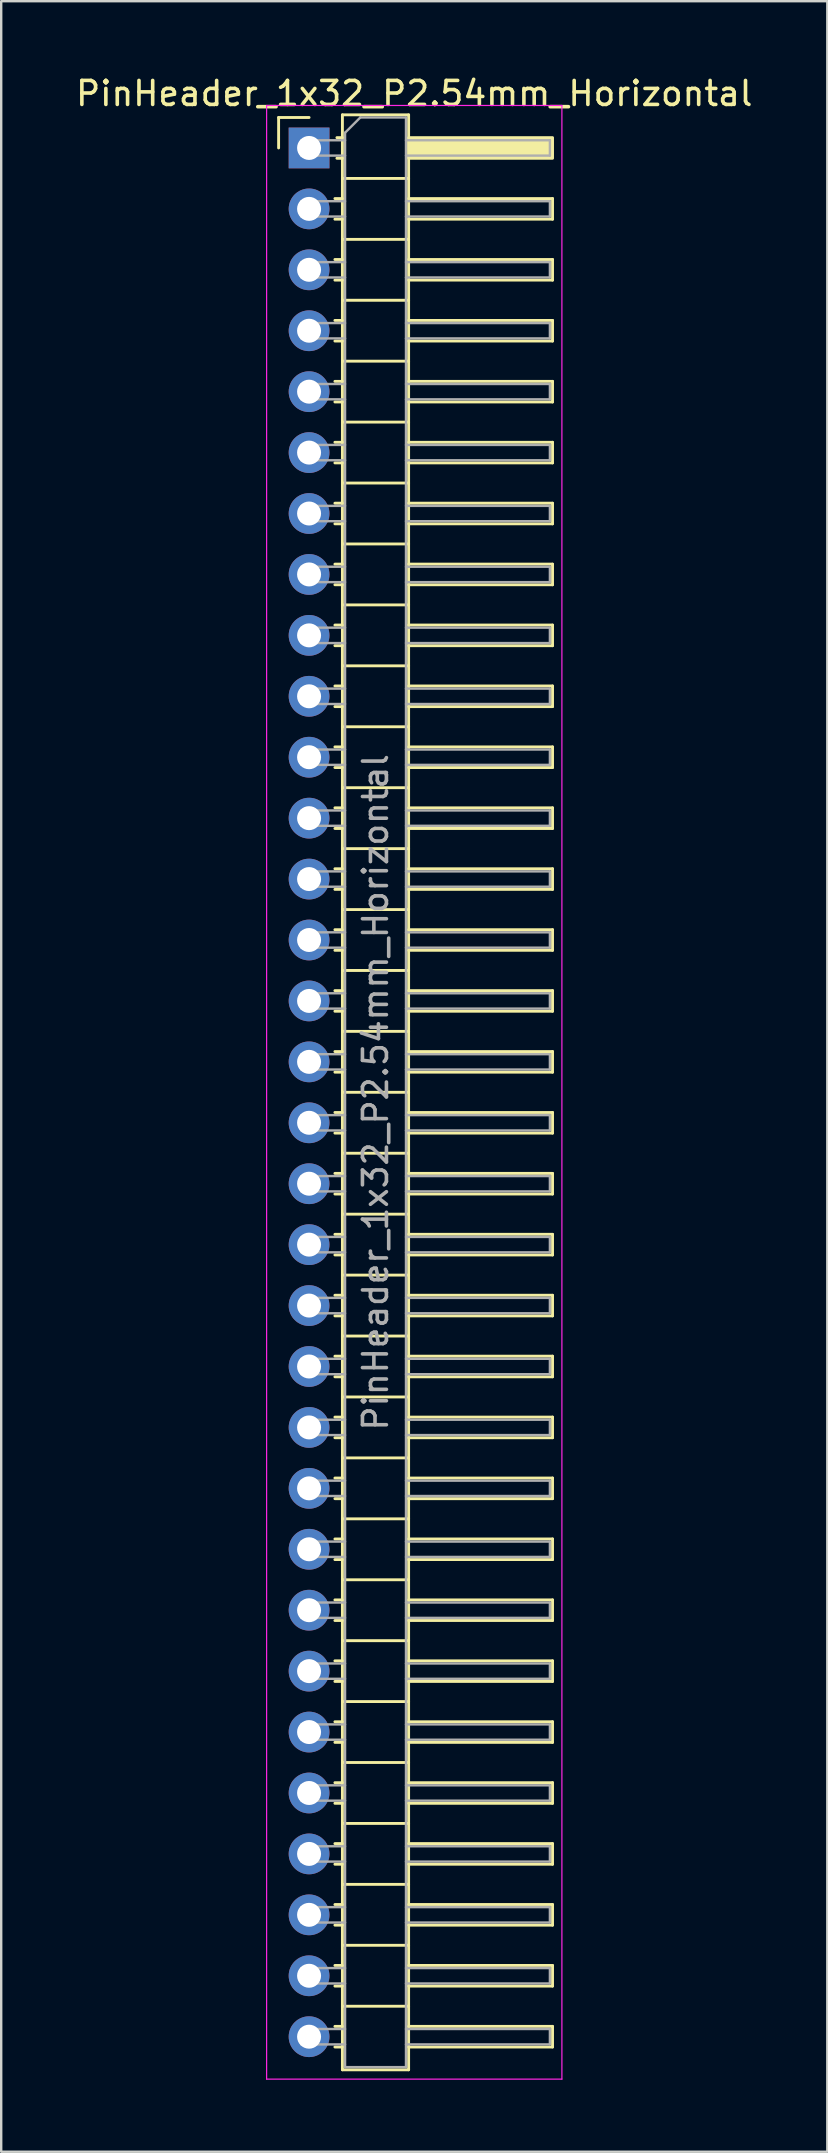
<source format=kicad_pcb>
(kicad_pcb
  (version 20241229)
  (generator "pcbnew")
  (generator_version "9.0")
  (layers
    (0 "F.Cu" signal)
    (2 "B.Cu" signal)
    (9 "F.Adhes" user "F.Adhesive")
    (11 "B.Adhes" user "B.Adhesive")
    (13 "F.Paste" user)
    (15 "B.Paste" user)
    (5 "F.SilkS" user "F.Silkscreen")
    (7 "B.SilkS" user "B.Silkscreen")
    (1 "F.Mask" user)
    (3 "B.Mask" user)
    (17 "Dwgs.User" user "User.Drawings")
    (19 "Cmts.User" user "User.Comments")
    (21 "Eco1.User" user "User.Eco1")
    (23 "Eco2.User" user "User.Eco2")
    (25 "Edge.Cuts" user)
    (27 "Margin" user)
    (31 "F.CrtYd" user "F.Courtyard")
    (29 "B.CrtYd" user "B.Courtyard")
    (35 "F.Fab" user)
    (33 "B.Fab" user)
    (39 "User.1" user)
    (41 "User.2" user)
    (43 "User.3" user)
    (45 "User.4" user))
  (footprint "PinHeader_1x32_P2.54mm_Horizontal"
    (layer "F.Cu")
    (at 9.835 3.118)
    (property "Reference" "PinHeader_1x32_P2.54mm_Horizontal" (at 4.385 -2.27 0) (layer "F.SilkS") (effects (font (size 1 1) (thickness 0.15))))
    (attr through_hole)
    (fp_line (start -1.27 -1.27) (end 0 -1.27) (stroke (width 0.12) (type solid)) (layer "F.SilkS"))
    (fp_line (start -1.27 0) (end -1.27 -1.27) (stroke (width 0.12) (type solid)) (layer "F.SilkS"))
    (fp_line (start 1.077 2.11) (end 1.39 2.11) (stroke (width 0.12) (type solid)) (layer "F.SilkS"))
    (fp_line (start 1.077 2.97) (end 1.39 2.97) (stroke (width 0.12) (type solid)) (layer "F.SilkS"))
    (fp_line (start 1.077 4.65) (end 1.39 4.65) (stroke (width 0.12) (type solid)) (layer "F.SilkS"))
    (fp_line (start 1.077 5.51) (end 1.39 5.51) (stroke (width 0.12) (type solid)) (layer "F.SilkS"))
    (fp_line (start 1.077 7.19) (end 1.39 7.19) (stroke (width 0.12) (type solid)) (layer "F.SilkS"))
    (fp_line (start 1.077 8.05) (end 1.39 8.05) (stroke (width 0.12) (type solid)) (layer "F.SilkS"))
    (fp_line (start 1.077 9.73) (end 1.39 9.73) (stroke (width 0.12) (type solid)) (layer "F.SilkS"))
    (fp_line (start 1.077 10.59) (end 1.39 10.59) (stroke (width 0.12) (type solid)) (layer "F.SilkS"))
    (fp_line (start 1.077 12.27) (end 1.39 12.27) (stroke (width 0.12) (type solid)) (layer "F.SilkS"))
    (fp_line (start 1.077 13.13) (end 1.39 13.13) (stroke (width 0.12) (type solid)) (layer "F.SilkS"))
    (fp_line (start 1.077 14.81) (end 1.39 14.81) (stroke (width 0.12) (type solid)) (layer "F.SilkS"))
    (fp_line (start 1.077 15.67) (end 1.39 15.67) (stroke (width 0.12) (type solid)) (layer "F.SilkS"))
    (fp_line (start 1.077 17.35) (end 1.39 17.35) (stroke (width 0.12) (type solid)) (layer "F.SilkS"))
    (fp_line (start 1.077 18.21) (end 1.39 18.21) (stroke (width 0.12) (type solid)) (layer "F.SilkS"))
    (fp_line (start 1.077 19.89) (end 1.39 19.89) (stroke (width 0.12) (type solid)) (layer "F.SilkS"))
    (fp_line (start 1.077 20.75) (end 1.39 20.75) (stroke (width 0.12) (type solid)) (layer "F.SilkS"))
    (fp_line (start 1.077 22.43) (end 1.39 22.43) (stroke (width 0.12) (type solid)) (layer "F.SilkS"))
    (fp_line (start 1.077 23.29) (end 1.39 23.29) (stroke (width 0.12) (type solid)) (layer "F.SilkS"))
    (fp_line (start 1.077 24.97) (end 1.39 24.97) (stroke (width 0.12) (type solid)) (layer "F.SilkS"))
    (fp_line (start 1.077 25.83) (end 1.39 25.83) (stroke (width 0.12) (type solid)) (layer "F.SilkS"))
    (fp_line (start 1.077 27.51) (end 1.39 27.51) (stroke (width 0.12) (type solid)) (layer "F.SilkS"))
    (fp_line (start 1.077 28.37) (end 1.39 28.37) (stroke (width 0.12) (type solid)) (layer "F.SilkS"))
    (fp_line (start 1.077 30.05) (end 1.39 30.05) (stroke (width 0.12) (type solid)) (layer "F.SilkS"))
    (fp_line (start 1.077 30.91) (end 1.39 30.91) (stroke (width 0.12) (type solid)) (layer "F.SilkS"))
    (fp_line (start 1.077 32.59) (end 1.39 32.59) (stroke (width 0.12) (type solid)) (layer "F.SilkS"))
    (fp_line (start 1.077 33.45) (end 1.39 33.45) (stroke (width 0.12) (type solid)) (layer "F.SilkS"))
    (fp_line (start 1.077 35.13) (end 1.39 35.13) (stroke (width 0.12) (type solid)) (layer "F.SilkS"))
    (fp_line (start 1.077 35.99) (end 1.39 35.99) (stroke (width 0.12) (type solid)) (layer "F.SilkS"))
    (fp_line (start 1.077 37.67) (end 1.39 37.67) (stroke (width 0.12) (type solid)) (layer "F.SilkS"))
    (fp_line (start 1.077 38.53) (end 1.39 38.53) (stroke (width 0.12) (type solid)) (layer "F.SilkS"))
    (fp_line (start 1.077 40.21) (end 1.39 40.21) (stroke (width 0.12) (type solid)) (layer "F.SilkS"))
    (fp_line (start 1.077 41.07) (end 1.39 41.07) (stroke (width 0.12) (type solid)) (layer "F.SilkS"))
    (fp_line (start 1.077 42.75) (end 1.39 42.75) (stroke (width 0.12) (type solid)) (layer "F.SilkS"))
    (fp_line (start 1.077 43.61) (end 1.39 43.61) (stroke (width 0.12) (type solid)) (layer "F.SilkS"))
    (fp_line (start 1.077 45.29) (end 1.39 45.29) (stroke (width 0.12) (type solid)) (layer "F.SilkS"))
    (fp_line (start 1.077 46.15) (end 1.39 46.15) (stroke (width 0.12) (type solid)) (layer "F.SilkS"))
    (fp_line (start 1.077 47.83) (end 1.39 47.83) (stroke (width 0.12) (type solid)) (layer "F.SilkS"))
    (fp_line (start 1.077 48.69) (end 1.39 48.69) (stroke (width 0.12) (type solid)) (layer "F.SilkS"))
    (fp_line (start 1.077 50.37) (end 1.39 50.37) (stroke (width 0.12) (type solid)) (layer "F.SilkS"))
    (fp_line (start 1.077 51.23) (end 1.39 51.23) (stroke (width 0.12) (type solid)) (layer "F.SilkS"))
    (fp_line (start 1.077 52.91) (end 1.39 52.91) (stroke (width 0.12) (type solid)) (layer "F.SilkS"))
    (fp_line (start 1.077 53.77) (end 1.39 53.77) (stroke (width 0.12) (type solid)) (layer "F.SilkS"))
    (fp_line (start 1.077 55.45) (end 1.39 55.45) (stroke (width 0.12) (type solid)) (layer "F.SilkS"))
    (fp_line (start 1.077 56.31) (end 1.39 56.31) (stroke (width 0.12) (type solid)) (layer "F.SilkS"))
    (fp_line (start 1.077 57.99) (end 1.39 57.99) (stroke (width 0.12) (type solid)) (layer "F.SilkS"))
    (fp_line (start 1.077 58.85) (end 1.39 58.85) (stroke (width 0.12) (type solid)) (layer "F.SilkS"))
    (fp_line (start 1.077 60.53) (end 1.39 60.53) (stroke (width 0.12) (type solid)) (layer "F.SilkS"))
    (fp_line (start 1.077 61.39) (end 1.39 61.39) (stroke (width 0.12) (type solid)) (layer "F.SilkS"))
    (fp_line (start 1.077 63.07) (end 1.39 63.07) (stroke (width 0.12) (type solid)) (layer "F.SilkS"))
    (fp_line (start 1.077 63.93) (end 1.39 63.93) (stroke (width 0.12) (type solid)) (layer "F.SilkS"))
    (fp_line (start 1.077 65.61) (end 1.39 65.61) (stroke (width 0.12) (type solid)) (layer "F.SilkS"))
    (fp_line (start 1.077 66.47) (end 1.39 66.47) (stroke (width 0.12) (type solid)) (layer "F.SilkS"))
    (fp_line (start 1.077 68.15) (end 1.39 68.15) (stroke (width 0.12) (type solid)) (layer "F.SilkS"))
    (fp_line (start 1.077 69.01) (end 1.39 69.01) (stroke (width 0.12) (type solid)) (layer "F.SilkS"))
    (fp_line (start 1.077 70.69) (end 1.39 70.69) (stroke (width 0.12) (type solid)) (layer "F.SilkS"))
    (fp_line (start 1.077 71.55) (end 1.39 71.55) (stroke (width 0.12) (type solid)) (layer "F.SilkS"))
    (fp_line (start 1.077 73.23) (end 1.39 73.23) (stroke (width 0.12) (type solid)) (layer "F.SilkS"))
    (fp_line (start 1.077 74.09) (end 1.39 74.09) (stroke (width 0.12) (type solid)) (layer "F.SilkS"))
    (fp_line (start 1.077 75.77) (end 1.39 75.77) (stroke (width 0.12) (type solid)) (layer "F.SilkS"))
    (fp_line (start 1.077 76.63) (end 1.39 76.63) (stroke (width 0.12) (type solid)) (layer "F.SilkS"))
    (fp_line (start 1.077 78.31) (end 1.39 78.31) (stroke (width 0.12) (type solid)) (layer "F.SilkS"))
    (fp_line (start 1.077 79.17) (end 1.39 79.17) (stroke (width 0.12) (type solid)) (layer "F.SilkS"))
    (fp_line (start 1.16 -0.43) (end 1.39 -0.43) (stroke (width 0.12) (type solid)) (layer "F.SilkS"))
    (fp_line (start 1.16 0.43) (end 1.39 0.43) (stroke (width 0.12) (type solid)) (layer "F.SilkS"))
    (fp_line (start 1.39 -1.38) (end 1.39 80.12) (stroke (width 0.12) (type solid)) (layer "F.SilkS"))
    (fp_line (start 1.39 1.27) (end 4.15 1.27) (stroke (width 0.12) (type solid)) (layer "F.SilkS"))
    (fp_line (start 1.39 3.81) (end 4.15 3.81) (stroke (width 0.12) (type solid)) (layer "F.SilkS"))
    (fp_line (start 1.39 6.35) (end 4.15 6.35) (stroke (width 0.12) (type solid)) (layer "F.SilkS"))
    (fp_line (start 1.39 8.89) (end 4.15 8.89) (stroke (width 0.12) (type solid)) (layer "F.SilkS"))
    (fp_line (start 1.39 11.43) (end 4.15 11.43) (stroke (width 0.12) (type solid)) (layer "F.SilkS"))
    (fp_line (start 1.39 13.97) (end 4.15 13.97) (stroke (width 0.12) (type solid)) (layer "F.SilkS"))
    (fp_line (start 1.39 16.51) (end 4.15 16.51) (stroke (width 0.12) (type solid)) (layer "F.SilkS"))
    (fp_line (start 1.39 19.05) (end 4.15 19.05) (stroke (width 0.12) (type solid)) (layer "F.SilkS"))
    (fp_line (start 1.39 21.59) (end 4.15 21.59) (stroke (width 0.12) (type solid)) (layer "F.SilkS"))
    (fp_line (start 1.39 24.13) (end 4.15 24.13) (stroke (width 0.12) (type solid)) (layer "F.SilkS"))
    (fp_line (start 1.39 26.67) (end 4.15 26.67) (stroke (width 0.12) (type solid)) (layer "F.SilkS"))
    (fp_line (start 1.39 29.21) (end 4.15 29.21) (stroke (width 0.12) (type solid)) (layer "F.SilkS"))
    (fp_line (start 1.39 31.75) (end 4.15 31.75) (stroke (width 0.12) (type solid)) (layer "F.SilkS"))
    (fp_line (start 1.39 34.29) (end 4.15 34.29) (stroke (width 0.12) (type solid)) (layer "F.SilkS"))
    (fp_line (start 1.39 36.83) (end 4.15 36.83) (stroke (width 0.12) (type solid)) (layer "F.SilkS"))
    (fp_line (start 1.39 39.37) (end 4.15 39.37) (stroke (width 0.12) (type solid)) (layer "F.SilkS"))
    (fp_line (start 1.39 41.91) (end 4.15 41.91) (stroke (width 0.12) (type solid)) (layer "F.SilkS"))
    (fp_line (start 1.39 44.45) (end 4.15 44.45) (stroke (width 0.12) (type solid)) (layer "F.SilkS"))
    (fp_line (start 1.39 46.99) (end 4.15 46.99) (stroke (width 0.12) (type solid)) (layer "F.SilkS"))
    (fp_line (start 1.39 49.53) (end 4.15 49.53) (stroke (width 0.12) (type solid)) (layer "F.SilkS"))
    (fp_line (start 1.39 52.07) (end 4.15 52.07) (stroke (width 0.12) (type solid)) (layer "F.SilkS"))
    (fp_line (start 1.39 54.61) (end 4.15 54.61) (stroke (width 0.12) (type solid)) (layer "F.SilkS"))
    (fp_line (start 1.39 57.15) (end 4.15 57.15) (stroke (width 0.12) (type solid)) (layer "F.SilkS"))
    (fp_line (start 1.39 59.69) (end 4.15 59.69) (stroke (width 0.12) (type solid)) (layer "F.SilkS"))
    (fp_line (start 1.39 62.23) (end 4.15 62.23) (stroke (width 0.12) (type solid)) (layer "F.SilkS"))
    (fp_line (start 1.39 64.77) (end 4.15 64.77) (stroke (width 0.12) (type solid)) (layer "F.SilkS"))
    (fp_line (start 1.39 67.31) (end 4.15 67.31) (stroke (width 0.12) (type solid)) (layer "F.SilkS"))
    (fp_line (start 1.39 69.85) (end 4.15 69.85) (stroke (width 0.12) (type solid)) (layer "F.SilkS"))
    (fp_line (start 1.39 72.39) (end 4.15 72.39) (stroke (width 0.12) (type solid)) (layer "F.SilkS"))
    (fp_line (start 1.39 74.93) (end 4.15 74.93) (stroke (width 0.12) (type solid)) (layer "F.SilkS"))
    (fp_line (start 1.39 77.47) (end 4.15 77.47) (stroke (width 0.12) (type solid)) (layer "F.SilkS"))
    (fp_line (start 1.39 80.12) (end 4.15 80.12) (stroke (width 0.12) (type solid)) (layer "F.SilkS"))
    (fp_line (start 4.15 -1.38) (end 1.39 -1.38) (stroke (width 0.12) (type solid)) (layer "F.SilkS"))
    (fp_line (start 4.15 2.11) (end 10.15 2.11) (stroke (width 0.12) (type solid)) (layer "F.SilkS"))
    (fp_line (start 4.15 4.65) (end 10.15 4.65) (stroke (width 0.12) (type solid)) (layer "F.SilkS"))
    (fp_line (start 4.15 7.19) (end 10.15 7.19) (stroke (width 0.12) (type solid)) (layer "F.SilkS"))
    (fp_line (start 4.15 9.73) (end 10.15 9.73) (stroke (width 0.12) (type solid)) (layer "F.SilkS"))
    (fp_line (start 4.15 12.27) (end 10.15 12.27) (stroke (width 0.12) (type solid)) (layer "F.SilkS"))
    (fp_line (start 4.15 14.81) (end 10.15 14.81) (stroke (width 0.12) (type solid)) (layer "F.SilkS"))
    (fp_line (start 4.15 17.35) (end 10.15 17.35) (stroke (width 0.12) (type solid)) (layer "F.SilkS"))
    (fp_line (start 4.15 19.89) (end 10.15 19.89) (stroke (width 0.12) (type solid)) (layer "F.SilkS"))
    (fp_line (start 4.15 22.43) (end 10.15 22.43) (stroke (width 0.12) (type solid)) (layer "F.SilkS"))
    (fp_line (start 4.15 24.97) (end 10.15 24.97) (stroke (width 0.12) (type solid)) (layer "F.SilkS"))
    (fp_line (start 4.15 27.51) (end 10.15 27.51) (stroke (width 0.12) (type solid)) (layer "F.SilkS"))
    (fp_line (start 4.15 30.05) (end 10.15 30.05) (stroke (width 0.12) (type solid)) (layer "F.SilkS"))
    (fp_line (start 4.15 32.59) (end 10.15 32.59) (stroke (width 0.12) (type solid)) (layer "F.SilkS"))
    (fp_line (start 4.15 35.13) (end 10.15 35.13) (stroke (width 0.12) (type solid)) (layer "F.SilkS"))
    (fp_line (start 4.15 37.67) (end 10.15 37.67) (stroke (width 0.12) (type solid)) (layer "F.SilkS"))
    (fp_line (start 4.15 40.21) (end 10.15 40.21) (stroke (width 0.12) (type solid)) (layer "F.SilkS"))
    (fp_line (start 4.15 42.75) (end 10.15 42.75) (stroke (width 0.12) (type solid)) (layer "F.SilkS"))
    (fp_line (start 4.15 45.29) (end 10.15 45.29) (stroke (width 0.12) (type solid)) (layer "F.SilkS"))
    (fp_line (start 4.15 47.83) (end 10.15 47.83) (stroke (width 0.12) (type solid)) (layer "F.SilkS"))
    (fp_line (start 4.15 50.37) (end 10.15 50.37) (stroke (width 0.12) (type solid)) (layer "F.SilkS"))
    (fp_line (start 4.15 52.91) (end 10.15 52.91) (stroke (width 0.12) (type solid)) (layer "F.SilkS"))
    (fp_line (start 4.15 55.45) (end 10.15 55.45) (stroke (width 0.12) (type solid)) (layer "F.SilkS"))
    (fp_line (start 4.15 57.99) (end 10.15 57.99) (stroke (width 0.12) (type solid)) (layer "F.SilkS"))
    (fp_line (start 4.15 60.53) (end 10.15 60.53) (stroke (width 0.12) (type solid)) (layer "F.SilkS"))
    (fp_line (start 4.15 63.07) (end 10.15 63.07) (stroke (width 0.12) (type solid)) (layer "F.SilkS"))
    (fp_line (start 4.15 65.61) (end 10.15 65.61) (stroke (width 0.12) (type solid)) (layer "F.SilkS"))
    (fp_line (start 4.15 68.15) (end 10.15 68.15) (stroke (width 0.12) (type solid)) (layer "F.SilkS"))
    (fp_line (start 4.15 70.69) (end 10.15 70.69) (stroke (width 0.12) (type solid)) (layer "F.SilkS"))
    (fp_line (start 4.15 73.23) (end 10.15 73.23) (stroke (width 0.12) (type solid)) (layer "F.SilkS"))
    (fp_line (start 4.15 75.77) (end 10.15 75.77) (stroke (width 0.12) (type solid)) (layer "F.SilkS"))
    (fp_line (start 4.15 78.31) (end 10.15 78.31) (stroke (width 0.12) (type solid)) (layer "F.SilkS"))
    (fp_line (start 4.15 80.12) (end 4.15 -1.38) (stroke (width 0.12) (type solid)) (layer "F.SilkS"))
    (fp_line (start 10.15 2.11) (end 10.15 2.97) (stroke (width 0.12) (type solid)) (layer "F.SilkS"))
    (fp_line (start 10.15 2.97) (end 4.15 2.97) (stroke (width 0.12) (type solid)) (layer "F.SilkS"))
    (fp_line (start 10.15 4.65) (end 10.15 5.51) (stroke (width 0.12) (type solid)) (layer "F.SilkS"))
    (fp_line (start 10.15 5.51) (end 4.15 5.51) (stroke (width 0.12) (type solid)) (layer "F.SilkS"))
    (fp_line (start 10.15 7.19) (end 10.15 8.05) (stroke (width 0.12) (type solid)) (layer "F.SilkS"))
    (fp_line (start 10.15 8.05) (end 4.15 8.05) (stroke (width 0.12) (type solid)) (layer "F.SilkS"))
    (fp_line (start 10.15 9.73) (end 10.15 10.59) (stroke (width 0.12) (type solid)) (layer "F.SilkS"))
    (fp_line (start 10.15 10.59) (end 4.15 10.59) (stroke (width 0.12) (type solid)) (layer "F.SilkS"))
    (fp_line (start 10.15 12.27) (end 10.15 13.13) (stroke (width 0.12) (type solid)) (layer "F.SilkS"))
    (fp_line (start 10.15 13.13) (end 4.15 13.13) (stroke (width 0.12) (type solid)) (layer "F.SilkS"))
    (fp_line (start 10.15 14.81) (end 10.15 15.67) (stroke (width 0.12) (type solid)) (layer "F.SilkS"))
    (fp_line (start 10.15 15.67) (end 4.15 15.67) (stroke (width 0.12) (type solid)) (layer "F.SilkS"))
    (fp_line (start 10.15 17.35) (end 10.15 18.21) (stroke (width 0.12) (type solid)) (layer "F.SilkS"))
    (fp_line (start 10.15 18.21) (end 4.15 18.21) (stroke (width 0.12) (type solid)) (layer "F.SilkS"))
    (fp_line (start 10.15 19.89) (end 10.15 20.75) (stroke (width 0.12) (type solid)) (layer "F.SilkS"))
    (fp_line (start 10.15 20.75) (end 4.15 20.75) (stroke (width 0.12) (type solid)) (layer "F.SilkS"))
    (fp_line (start 10.15 22.43) (end 10.15 23.29) (stroke (width 0.12) (type solid)) (layer "F.SilkS"))
    (fp_line (start 10.15 23.29) (end 4.15 23.29) (stroke (width 0.12) (type solid)) (layer "F.SilkS"))
    (fp_line (start 10.15 24.97) (end 10.15 25.83) (stroke (width 0.12) (type solid)) (layer "F.SilkS"))
    (fp_line (start 10.15 25.83) (end 4.15 25.83) (stroke (width 0.12) (type solid)) (layer "F.SilkS"))
    (fp_line (start 10.15 27.51) (end 10.15 28.37) (stroke (width 0.12) (type solid)) (layer "F.SilkS"))
    (fp_line (start 10.15 28.37) (end 4.15 28.37) (stroke (width 0.12) (type solid)) (layer "F.SilkS"))
    (fp_line (start 10.15 30.05) (end 10.15 30.91) (stroke (width 0.12) (type solid)) (layer "F.SilkS"))
    (fp_line (start 10.15 30.91) (end 4.15 30.91) (stroke (width 0.12) (type solid)) (layer "F.SilkS"))
    (fp_line (start 10.15 32.59) (end 10.15 33.45) (stroke (width 0.12) (type solid)) (layer "F.SilkS"))
    (fp_line (start 10.15 33.45) (end 4.15 33.45) (stroke (width 0.12) (type solid)) (layer "F.SilkS"))
    (fp_line (start 10.15 35.13) (end 10.15 35.99) (stroke (width 0.12) (type solid)) (layer "F.SilkS"))
    (fp_line (start 10.15 35.99) (end 4.15 35.99) (stroke (width 0.12) (type solid)) (layer "F.SilkS"))
    (fp_line (start 10.15 37.67) (end 10.15 38.53) (stroke (width 0.12) (type solid)) (layer "F.SilkS"))
    (fp_line (start 10.15 38.53) (end 4.15 38.53) (stroke (width 0.12) (type solid)) (layer "F.SilkS"))
    (fp_line (start 10.15 40.21) (end 10.15 41.07) (stroke (width 0.12) (type solid)) (layer "F.SilkS"))
    (fp_line (start 10.15 41.07) (end 4.15 41.07) (stroke (width 0.12) (type solid)) (layer "F.SilkS"))
    (fp_line (start 10.15 42.75) (end 10.15 43.61) (stroke (width 0.12) (type solid)) (layer "F.SilkS"))
    (fp_line (start 10.15 43.61) (end 4.15 43.61) (stroke (width 0.12) (type solid)) (layer "F.SilkS"))
    (fp_line (start 10.15 45.29) (end 10.15 46.15) (stroke (width 0.12) (type solid)) (layer "F.SilkS"))
    (fp_line (start 10.15 46.15) (end 4.15 46.15) (stroke (width 0.12) (type solid)) (layer "F.SilkS"))
    (fp_line (start 10.15 47.83) (end 10.15 48.69) (stroke (width 0.12) (type solid)) (layer "F.SilkS"))
    (fp_line (start 10.15 48.69) (end 4.15 48.69) (stroke (width 0.12) (type solid)) (layer "F.SilkS"))
    (fp_line (start 10.15 50.37) (end 10.15 51.23) (stroke (width 0.12) (type solid)) (layer "F.SilkS"))
    (fp_line (start 10.15 51.23) (end 4.15 51.23) (stroke (width 0.12) (type solid)) (layer "F.SilkS"))
    (fp_line (start 10.15 52.91) (end 10.15 53.77) (stroke (width 0.12) (type solid)) (layer "F.SilkS"))
    (fp_line (start 10.15 53.77) (end 4.15 53.77) (stroke (width 0.12) (type solid)) (layer "F.SilkS"))
    (fp_line (start 10.15 55.45) (end 10.15 56.31) (stroke (width 0.12) (type solid)) (layer "F.SilkS"))
    (fp_line (start 10.15 56.31) (end 4.15 56.31) (stroke (width 0.12) (type solid)) (layer "F.SilkS"))
    (fp_line (start 10.15 57.99) (end 10.15 58.85) (stroke (width 0.12) (type solid)) (layer "F.SilkS"))
    (fp_line (start 10.15 58.85) (end 4.15 58.85) (stroke (width 0.12) (type solid)) (layer "F.SilkS"))
    (fp_line (start 10.15 60.53) (end 10.15 61.39) (stroke (width 0.12) (type solid)) (layer "F.SilkS"))
    (fp_line (start 10.15 61.39) (end 4.15 61.39) (stroke (width 0.12) (type solid)) (layer "F.SilkS"))
    (fp_line (start 10.15 63.07) (end 10.15 63.93) (stroke (width 0.12) (type solid)) (layer "F.SilkS"))
    (fp_line (start 10.15 63.93) (end 4.15 63.93) (stroke (width 0.12) (type solid)) (layer "F.SilkS"))
    (fp_line (start 10.15 65.61) (end 10.15 66.47) (stroke (width 0.12) (type solid)) (layer "F.SilkS"))
    (fp_line (start 10.15 66.47) (end 4.15 66.47) (stroke (width 0.12) (type solid)) (layer "F.SilkS"))
    (fp_line (start 10.15 68.15) (end 10.15 69.01) (stroke (width 0.12) (type solid)) (layer "F.SilkS"))
    (fp_line (start 10.15 69.01) (end 4.15 69.01) (stroke (width 0.12) (type solid)) (layer "F.SilkS"))
    (fp_line (start 10.15 70.69) (end 10.15 71.55) (stroke (width 0.12) (type solid)) (layer "F.SilkS"))
    (fp_line (start 10.15 71.55) (end 4.15 71.55) (stroke (width 0.12) (type solid)) (layer "F.SilkS"))
    (fp_line (start 10.15 73.23) (end 10.15 74.09) (stroke (width 0.12) (type solid)) (layer "F.SilkS"))
    (fp_line (start 10.15 74.09) (end 4.15 74.09) (stroke (width 0.12) (type solid)) (layer "F.SilkS"))
    (fp_line (start 10.15 75.77) (end 10.15 76.63) (stroke (width 0.12) (type solid)) (layer "F.SilkS"))
    (fp_line (start 10.15 76.63) (end 4.15 76.63) (stroke (width 0.12) (type solid)) (layer "F.SilkS"))
    (fp_line (start 10.15 78.31) (end 10.15 79.17) (stroke (width 0.12) (type solid)) (layer "F.SilkS"))
    (fp_line (start 10.15 79.17) (end 4.15 79.17) (stroke (width 0.12) (type solid)) (layer "F.SilkS"))
    (fp_rect (start 4.15 -0.43) (end 10.15 0.43) (stroke (width 0.12) (type solid)) (fill yes) (layer "F.SilkS"))
    (fp_line (start -1.77 -1.77) (end -1.77 80.51) (stroke (width 0.05) (type solid)) (layer "F.CrtYd"))
    (fp_line (start -1.77 80.51) (end 10.54 80.51) (stroke (width 0.05) (type solid)) (layer "F.CrtYd"))
    (fp_line (start 10.54 -1.77) (end -1.77 -1.77) (stroke (width 0.05) (type solid)) (layer "F.CrtYd"))
    (fp_line (start 10.54 80.51) (end 10.54 -1.77) (stroke (width 0.05) (type solid)) (layer "F.CrtYd"))
    (fp_line (start -0.32 -0.32) (end -0.32 0.32) (stroke (width 0.1) (type solid)) (layer "F.Fab"))
    (fp_line (start -0.32 -0.32) (end 1.5 -0.32) (stroke (width 0.1) (type solid)) (layer "F.Fab"))
    (fp_line (start -0.32 0.32) (end 1.5 0.32) (stroke (width 0.1) (type solid)) (layer "F.Fab"))
    (fp_line (start -0.32 2.22) (end -0.32 2.86) (stroke (width 0.1) (type solid)) (layer "F.Fab"))
    (fp_line (start -0.32 2.22) (end 1.5 2.22) (stroke (width 0.1) (type solid)) (layer "F.Fab"))
    (fp_line (start -0.32 2.86) (end 1.5 2.86) (stroke (width 0.1) (type solid)) (layer "F.Fab"))
    (fp_line (start -0.32 4.76) (end -0.32 5.4) (stroke (width 0.1) (type solid)) (layer "F.Fab"))
    (fp_line (start -0.32 4.76) (end 1.5 4.76) (stroke (width 0.1) (type solid)) (layer "F.Fab"))
    (fp_line (start -0.32 5.4) (end 1.5 5.4) (stroke (width 0.1) (type solid)) (layer "F.Fab"))
    (fp_line (start -0.32 7.3) (end -0.32 7.94) (stroke (width 0.1) (type solid)) (layer "F.Fab"))
    (fp_line (start -0.32 7.3) (end 1.5 7.3) (stroke (width 0.1) (type solid)) (layer "F.Fab"))
    (fp_line (start -0.32 7.94) (end 1.5 7.94) (stroke (width 0.1) (type solid)) (layer "F.Fab"))
    (fp_line (start -0.32 9.84) (end -0.32 10.48) (stroke (width 0.1) (type solid)) (layer "F.Fab"))
    (fp_line (start -0.32 9.84) (end 1.5 9.84) (stroke (width 0.1) (type solid)) (layer "F.Fab"))
    (fp_line (start -0.32 10.48) (end 1.5 10.48) (stroke (width 0.1) (type solid)) (layer "F.Fab"))
    (fp_line (start -0.32 12.38) (end -0.32 13.02) (stroke (width 0.1) (type solid)) (layer "F.Fab"))
    (fp_line (start -0.32 12.38) (end 1.5 12.38) (stroke (width 0.1) (type solid)) (layer "F.Fab"))
    (fp_line (start -0.32 13.02) (end 1.5 13.02) (stroke (width 0.1) (type solid)) (layer "F.Fab"))
    (fp_line (start -0.32 14.92) (end -0.32 15.56) (stroke (width 0.1) (type solid)) (layer "F.Fab"))
    (fp_line (start -0.32 14.92) (end 1.5 14.92) (stroke (width 0.1) (type solid)) (layer "F.Fab"))
    (fp_line (start -0.32 15.56) (end 1.5 15.56) (stroke (width 0.1) (type solid)) (layer "F.Fab"))
    (fp_line (start -0.32 17.46) (end -0.32 18.1) (stroke (width 0.1) (type solid)) (layer "F.Fab"))
    (fp_line (start -0.32 17.46) (end 1.5 17.46) (stroke (width 0.1) (type solid)) (layer "F.Fab"))
    (fp_line (start -0.32 18.1) (end 1.5 18.1) (stroke (width 0.1) (type solid)) (layer "F.Fab"))
    (fp_line (start -0.32 20) (end -0.32 20.64) (stroke (width 0.1) (type solid)) (layer "F.Fab"))
    (fp_line (start -0.32 20) (end 1.5 20) (stroke (width 0.1) (type solid)) (layer "F.Fab"))
    (fp_line (start -0.32 20.64) (end 1.5 20.64) (stroke (width 0.1) (type solid)) (layer "F.Fab"))
    (fp_line (start -0.32 22.54) (end -0.32 23.18) (stroke (width 0.1) (type solid)) (layer "F.Fab"))
    (fp_line (start -0.32 22.54) (end 1.5 22.54) (stroke (width 0.1) (type solid)) (layer "F.Fab"))
    (fp_line (start -0.32 23.18) (end 1.5 23.18) (stroke (width 0.1) (type solid)) (layer "F.Fab"))
    (fp_line (start -0.32 25.08) (end -0.32 25.72) (stroke (width 0.1) (type solid)) (layer "F.Fab"))
    (fp_line (start -0.32 25.08) (end 1.5 25.08) (stroke (width 0.1) (type solid)) (layer "F.Fab"))
    (fp_line (start -0.32 25.72) (end 1.5 25.72) (stroke (width 0.1) (type solid)) (layer "F.Fab"))
    (fp_line (start -0.32 27.62) (end -0.32 28.26) (stroke (width 0.1) (type solid)) (layer "F.Fab"))
    (fp_line (start -0.32 27.62) (end 1.5 27.62) (stroke (width 0.1) (type solid)) (layer "F.Fab"))
    (fp_line (start -0.32 28.26) (end 1.5 28.26) (stroke (width 0.1) (type solid)) (layer "F.Fab"))
    (fp_line (start -0.32 30.16) (end -0.32 30.8) (stroke (width 0.1) (type solid)) (layer "F.Fab"))
    (fp_line (start -0.32 30.16) (end 1.5 30.16) (stroke (width 0.1) (type solid)) (layer "F.Fab"))
    (fp_line (start -0.32 30.8) (end 1.5 30.8) (stroke (width 0.1) (type solid)) (layer "F.Fab"))
    (fp_line (start -0.32 32.7) (end -0.32 33.34) (stroke (width 0.1) (type solid)) (layer "F.Fab"))
    (fp_line (start -0.32 32.7) (end 1.5 32.7) (stroke (width 0.1) (type solid)) (layer "F.Fab"))
    (fp_line (start -0.32 33.34) (end 1.5 33.34) (stroke (width 0.1) (type solid)) (layer "F.Fab"))
    (fp_line (start -0.32 35.24) (end -0.32 35.88) (stroke (width 0.1) (type solid)) (layer "F.Fab"))
    (fp_line (start -0.32 35.24) (end 1.5 35.24) (stroke (width 0.1) (type solid)) (layer "F.Fab"))
    (fp_line (start -0.32 35.88) (end 1.5 35.88) (stroke (width 0.1) (type solid)) (layer "F.Fab"))
    (fp_line (start -0.32 37.78) (end -0.32 38.42) (stroke (width 0.1) (type solid)) (layer "F.Fab"))
    (fp_line (start -0.32 37.78) (end 1.5 37.78) (stroke (width 0.1) (type solid)) (layer "F.Fab"))
    (fp_line (start -0.32 38.42) (end 1.5 38.42) (stroke (width 0.1) (type solid)) (layer "F.Fab"))
    (fp_line (start -0.32 40.32) (end -0.32 40.96) (stroke (width 0.1) (type solid)) (layer "F.Fab"))
    (fp_line (start -0.32 40.32) (end 1.5 40.32) (stroke (width 0.1) (type solid)) (layer "F.Fab"))
    (fp_line (start -0.32 40.96) (end 1.5 40.96) (stroke (width 0.1) (type solid)) (layer "F.Fab"))
    (fp_line (start -0.32 42.86) (end -0.32 43.5) (stroke (width 0.1) (type solid)) (layer "F.Fab"))
    (fp_line (start -0.32 42.86) (end 1.5 42.86) (stroke (width 0.1) (type solid)) (layer "F.Fab"))
    (fp_line (start -0.32 43.5) (end 1.5 43.5) (stroke (width 0.1) (type solid)) (layer "F.Fab"))
    (fp_line (start -0.32 45.4) (end -0.32 46.04) (stroke (width 0.1) (type solid)) (layer "F.Fab"))
    (fp_line (start -0.32 45.4) (end 1.5 45.4) (stroke (width 0.1) (type solid)) (layer "F.Fab"))
    (fp_line (start -0.32 46.04) (end 1.5 46.04) (stroke (width 0.1) (type solid)) (layer "F.Fab"))
    (fp_line (start -0.32 47.94) (end -0.32 48.58) (stroke (width 0.1) (type solid)) (layer "F.Fab"))
    (fp_line (start -0.32 47.94) (end 1.5 47.94) (stroke (width 0.1) (type solid)) (layer "F.Fab"))
    (fp_line (start -0.32 48.58) (end 1.5 48.58) (stroke (width 0.1) (type solid)) (layer "F.Fab"))
    (fp_line (start -0.32 50.48) (end -0.32 51.12) (stroke (width 0.1) (type solid)) (layer "F.Fab"))
    (fp_line (start -0.32 50.48) (end 1.5 50.48) (stroke (width 0.1) (type solid)) (layer "F.Fab"))
    (fp_line (start -0.32 51.12) (end 1.5 51.12) (stroke (width 0.1) (type solid)) (layer "F.Fab"))
    (fp_line (start -0.32 53.02) (end -0.32 53.66) (stroke (width 0.1) (type solid)) (layer "F.Fab"))
    (fp_line (start -0.32 53.02) (end 1.5 53.02) (stroke (width 0.1) (type solid)) (layer "F.Fab"))
    (fp_line (start -0.32 53.66) (end 1.5 53.66) (stroke (width 0.1) (type solid)) (layer "F.Fab"))
    (fp_line (start -0.32 55.56) (end -0.32 56.2) (stroke (width 0.1) (type solid)) (layer "F.Fab"))
    (fp_line (start -0.32 55.56) (end 1.5 55.56) (stroke (width 0.1) (type solid)) (layer "F.Fab"))
    (fp_line (start -0.32 56.2) (end 1.5 56.2) (stroke (width 0.1) (type solid)) (layer "F.Fab"))
    (fp_line (start -0.32 58.1) (end -0.32 58.74) (stroke (width 0.1) (type solid)) (layer "F.Fab"))
    (fp_line (start -0.32 58.1) (end 1.5 58.1) (stroke (width 0.1) (type solid)) (layer "F.Fab"))
    (fp_line (start -0.32 58.74) (end 1.5 58.74) (stroke (width 0.1) (type solid)) (layer "F.Fab"))
    (fp_line (start -0.32 60.64) (end -0.32 61.28) (stroke (width 0.1) (type solid)) (layer "F.Fab"))
    (fp_line (start -0.32 60.64) (end 1.5 60.64) (stroke (width 0.1) (type solid)) (layer "F.Fab"))
    (fp_line (start -0.32 61.28) (end 1.5 61.28) (stroke (width 0.1) (type solid)) (layer "F.Fab"))
    (fp_line (start -0.32 63.18) (end -0.32 63.82) (stroke (width 0.1) (type solid)) (layer "F.Fab"))
    (fp_line (start -0.32 63.18) (end 1.5 63.18) (stroke (width 0.1) (type solid)) (layer "F.Fab"))
    (fp_line (start -0.32 63.82) (end 1.5 63.82) (stroke (width 0.1) (type solid)) (layer "F.Fab"))
    (fp_line (start -0.32 65.72) (end -0.32 66.36) (stroke (width 0.1) (type solid)) (layer "F.Fab"))
    (fp_line (start -0.32 65.72) (end 1.5 65.72) (stroke (width 0.1) (type solid)) (layer "F.Fab"))
    (fp_line (start -0.32 66.36) (end 1.5 66.36) (stroke (width 0.1) (type solid)) (layer "F.Fab"))
    (fp_line (start -0.32 68.26) (end -0.32 68.9) (stroke (width 0.1) (type solid)) (layer "F.Fab"))
    (fp_line (start -0.32 68.26) (end 1.5 68.26) (stroke (width 0.1) (type solid)) (layer "F.Fab"))
    (fp_line (start -0.32 68.9) (end 1.5 68.9) (stroke (width 0.1) (type solid)) (layer "F.Fab"))
    (fp_line (start -0.32 70.8) (end -0.32 71.44) (stroke (width 0.1) (type solid)) (layer "F.Fab"))
    (fp_line (start -0.32 70.8) (end 1.5 70.8) (stroke (width 0.1) (type solid)) (layer "F.Fab"))
    (fp_line (start -0.32 71.44) (end 1.5 71.44) (stroke (width 0.1) (type solid)) (layer "F.Fab"))
    (fp_line (start -0.32 73.34) (end -0.32 73.98) (stroke (width 0.1) (type solid)) (layer "F.Fab"))
    (fp_line (start -0.32 73.34) (end 1.5 73.34) (stroke (width 0.1) (type solid)) (layer "F.Fab"))
    (fp_line (start -0.32 73.98) (end 1.5 73.98) (stroke (width 0.1) (type solid)) (layer "F.Fab"))
    (fp_line (start -0.32 75.88) (end -0.32 76.52) (stroke (width 0.1) (type solid)) (layer "F.Fab"))
    (fp_line (start -0.32 75.88) (end 1.5 75.88) (stroke (width 0.1) (type solid)) (layer "F.Fab"))
    (fp_line (start -0.32 76.52) (end 1.5 76.52) (stroke (width 0.1) (type solid)) (layer "F.Fab"))
    (fp_line (start -0.32 78.42) (end -0.32 79.06) (stroke (width 0.1) (type solid)) (layer "F.Fab"))
    (fp_line (start -0.32 78.42) (end 1.5 78.42) (stroke (width 0.1) (type solid)) (layer "F.Fab"))
    (fp_line (start -0.32 79.06) (end 1.5 79.06) (stroke (width 0.1) (type solid)) (layer "F.Fab"))
    (fp_line (start 1.5 -0.635) (end 2.135 -1.27) (stroke (width 0.1) (type solid)) (layer "F.Fab"))
    (fp_line (start 1.5 80.01) (end 1.5 -0.635) (stroke (width 0.1) (type solid)) (layer "F.Fab"))
    (fp_line (start 2.135 -1.27) (end 4.04 -1.27) (stroke (width 0.1) (type solid)) (layer "F.Fab"))
    (fp_line (start 4.04 -1.27) (end 4.04 80.01) (stroke (width 0.1) (type solid)) (layer "F.Fab"))
    (fp_line (start 4.04 -0.32) (end 10.04 -0.32) (stroke (width 0.1) (type solid)) (layer "F.Fab"))
    (fp_line (start 4.04 0.32) (end 10.04 0.32) (stroke (width 0.1) (type solid)) (layer "F.Fab"))
    (fp_line (start 4.04 2.22) (end 10.04 2.22) (stroke (width 0.1) (type solid)) (layer "F.Fab"))
    (fp_line (start 4.04 2.86) (end 10.04 2.86) (stroke (width 0.1) (type solid)) (layer "F.Fab"))
    (fp_line (start 4.04 4.76) (end 10.04 4.76) (stroke (width 0.1) (type solid)) (layer "F.Fab"))
    (fp_line (start 4.04 5.4) (end 10.04 5.4) (stroke (width 0.1) (type solid)) (layer "F.Fab"))
    (fp_line (start 4.04 7.3) (end 10.04 7.3) (stroke (width 0.1) (type solid)) (layer "F.Fab"))
    (fp_line (start 4.04 7.94) (end 10.04 7.94) (stroke (width 0.1) (type solid)) (layer "F.Fab"))
    (fp_line (start 4.04 9.84) (end 10.04 9.84) (stroke (width 0.1) (type solid)) (layer "F.Fab"))
    (fp_line (start 4.04 10.48) (end 10.04 10.48) (stroke (width 0.1) (type solid)) (layer "F.Fab"))
    (fp_line (start 4.04 12.38) (end 10.04 12.38) (stroke (width 0.1) (type solid)) (layer "F.Fab"))
    (fp_line (start 4.04 13.02) (end 10.04 13.02) (stroke (width 0.1) (type solid)) (layer "F.Fab"))
    (fp_line (start 4.04 14.92) (end 10.04 14.92) (stroke (width 0.1) (type solid)) (layer "F.Fab"))
    (fp_line (start 4.04 15.56) (end 10.04 15.56) (stroke (width 0.1) (type solid)) (layer "F.Fab"))
    (fp_line (start 4.04 17.46) (end 10.04 17.46) (stroke (width 0.1) (type solid)) (layer "F.Fab"))
    (fp_line (start 4.04 18.1) (end 10.04 18.1) (stroke (width 0.1) (type solid)) (layer "F.Fab"))
    (fp_line (start 4.04 20) (end 10.04 20) (stroke (width 0.1) (type solid)) (layer "F.Fab"))
    (fp_line (start 4.04 20.64) (end 10.04 20.64) (stroke (width 0.1) (type solid)) (layer "F.Fab"))
    (fp_line (start 4.04 22.54) (end 10.04 22.54) (stroke (width 0.1) (type solid)) (layer "F.Fab"))
    (fp_line (start 4.04 23.18) (end 10.04 23.18) (stroke (width 0.1) (type solid)) (layer "F.Fab"))
    (fp_line (start 4.04 25.08) (end 10.04 25.08) (stroke (width 0.1) (type solid)) (layer "F.Fab"))
    (fp_line (start 4.04 25.72) (end 10.04 25.72) (stroke (width 0.1) (type solid)) (layer "F.Fab"))
    (fp_line (start 4.04 27.62) (end 10.04 27.62) (stroke (width 0.1) (type solid)) (layer "F.Fab"))
    (fp_line (start 4.04 28.26) (end 10.04 28.26) (stroke (width 0.1) (type solid)) (layer "F.Fab"))
    (fp_line (start 4.04 30.16) (end 10.04 30.16) (stroke (width 0.1) (type solid)) (layer "F.Fab"))
    (fp_line (start 4.04 30.8) (end 10.04 30.8) (stroke (width 0.1) (type solid)) (layer "F.Fab"))
    (fp_line (start 4.04 32.7) (end 10.04 32.7) (stroke (width 0.1) (type solid)) (layer "F.Fab"))
    (fp_line (start 4.04 33.34) (end 10.04 33.34) (stroke (width 0.1) (type solid)) (layer "F.Fab"))
    (fp_line (start 4.04 35.24) (end 10.04 35.24) (stroke (width 0.1) (type solid)) (layer "F.Fab"))
    (fp_line (start 4.04 35.88) (end 10.04 35.88) (stroke (width 0.1) (type solid)) (layer "F.Fab"))
    (fp_line (start 4.04 37.78) (end 10.04 37.78) (stroke (width 0.1) (type solid)) (layer "F.Fab"))
    (fp_line (start 4.04 38.42) (end 10.04 38.42) (stroke (width 0.1) (type solid)) (layer "F.Fab"))
    (fp_line (start 4.04 40.32) (end 10.04 40.32) (stroke (width 0.1) (type solid)) (layer "F.Fab"))
    (fp_line (start 4.04 40.96) (end 10.04 40.96) (stroke (width 0.1) (type solid)) (layer "F.Fab"))
    (fp_line (start 4.04 42.86) (end 10.04 42.86) (stroke (width 0.1) (type solid)) (layer "F.Fab"))
    (fp_line (start 4.04 43.5) (end 10.04 43.5) (stroke (width 0.1) (type solid)) (layer "F.Fab"))
    (fp_line (start 4.04 45.4) (end 10.04 45.4) (stroke (width 0.1) (type solid)) (layer "F.Fab"))
    (fp_line (start 4.04 46.04) (end 10.04 46.04) (stroke (width 0.1) (type solid)) (layer "F.Fab"))
    (fp_line (start 4.04 47.94) (end 10.04 47.94) (stroke (width 0.1) (type solid)) (layer "F.Fab"))
    (fp_line (start 4.04 48.58) (end 10.04 48.58) (stroke (width 0.1) (type solid)) (layer "F.Fab"))
    (fp_line (start 4.04 50.48) (end 10.04 50.48) (stroke (width 0.1) (type solid)) (layer "F.Fab"))
    (fp_line (start 4.04 51.12) (end 10.04 51.12) (stroke (width 0.1) (type solid)) (layer "F.Fab"))
    (fp_line (start 4.04 53.02) (end 10.04 53.02) (stroke (width 0.1) (type solid)) (layer "F.Fab"))
    (fp_line (start 4.04 53.66) (end 10.04 53.66) (stroke (width 0.1) (type solid)) (layer "F.Fab"))
    (fp_line (start 4.04 55.56) (end 10.04 55.56) (stroke (width 0.1) (type solid)) (layer "F.Fab"))
    (fp_line (start 4.04 56.2) (end 10.04 56.2) (stroke (width 0.1) (type solid)) (layer "F.Fab"))
    (fp_line (start 4.04 58.1) (end 10.04 58.1) (stroke (width 0.1) (type solid)) (layer "F.Fab"))
    (fp_line (start 4.04 58.74) (end 10.04 58.74) (stroke (width 0.1) (type solid)) (layer "F.Fab"))
    (fp_line (start 4.04 60.64) (end 10.04 60.64) (stroke (width 0.1) (type solid)) (layer "F.Fab"))
    (fp_line (start 4.04 61.28) (end 10.04 61.28) (stroke (width 0.1) (type solid)) (layer "F.Fab"))
    (fp_line (start 4.04 63.18) (end 10.04 63.18) (stroke (width 0.1) (type solid)) (layer "F.Fab"))
    (fp_line (start 4.04 63.82) (end 10.04 63.82) (stroke (width 0.1) (type solid)) (layer "F.Fab"))
    (fp_line (start 4.04 65.72) (end 10.04 65.72) (stroke (width 0.1) (type solid)) (layer "F.Fab"))
    (fp_line (start 4.04 66.36) (end 10.04 66.36) (stroke (width 0.1) (type solid)) (layer "F.Fab"))
    (fp_line (start 4.04 68.26) (end 10.04 68.26) (stroke (width 0.1) (type solid)) (layer "F.Fab"))
    (fp_line (start 4.04 68.9) (end 10.04 68.9) (stroke (width 0.1) (type solid)) (layer "F.Fab"))
    (fp_line (start 4.04 70.8) (end 10.04 70.8) (stroke (width 0.1) (type solid)) (layer "F.Fab"))
    (fp_line (start 4.04 71.44) (end 10.04 71.44) (stroke (width 0.1) (type solid)) (layer "F.Fab"))
    (fp_line (start 4.04 73.34) (end 10.04 73.34) (stroke (width 0.1) (type solid)) (layer "F.Fab"))
    (fp_line (start 4.04 73.98) (end 10.04 73.98) (stroke (width 0.1) (type solid)) (layer "F.Fab"))
    (fp_line (start 4.04 75.88) (end 10.04 75.88) (stroke (width 0.1) (type solid)) (layer "F.Fab"))
    (fp_line (start 4.04 76.52) (end 10.04 76.52) (stroke (width 0.1) (type solid)) (layer "F.Fab"))
    (fp_line (start 4.04 78.42) (end 10.04 78.42) (stroke (width 0.1) (type solid)) (layer "F.Fab"))
    (fp_line (start 4.04 79.06) (end 10.04 79.06) (stroke (width 0.1) (type solid)) (layer "F.Fab"))
    (fp_line (start 4.04 80.01) (end 1.5 80.01) (stroke (width 0.1) (type solid)) (layer "F.Fab"))
    (fp_line (start 10.04 -0.32) (end 10.04 0.32) (stroke (width 0.1) (type solid)) (layer "F.Fab"))
    (fp_line (start 10.04 2.22) (end 10.04 2.86) (stroke (width 0.1) (type solid)) (layer "F.Fab"))
    (fp_line (start 10.04 4.76) (end 10.04 5.4) (stroke (width 0.1) (type solid)) (layer "F.Fab"))
    (fp_line (start 10.04 7.3) (end 10.04 7.94) (stroke (width 0.1) (type solid)) (layer "F.Fab"))
    (fp_line (start 10.04 9.84) (end 10.04 10.48) (stroke (width 0.1) (type solid)) (layer "F.Fab"))
    (fp_line (start 10.04 12.38) (end 10.04 13.02) (stroke (width 0.1) (type solid)) (layer "F.Fab"))
    (fp_line (start 10.04 14.92) (end 10.04 15.56) (stroke (width 0.1) (type solid)) (layer "F.Fab"))
    (fp_line (start 10.04 17.46) (end 10.04 18.1) (stroke (width 0.1) (type solid)) (layer "F.Fab"))
    (fp_line (start 10.04 20) (end 10.04 20.64) (stroke (width 0.1) (type solid)) (layer "F.Fab"))
    (fp_line (start 10.04 22.54) (end 10.04 23.18) (stroke (width 0.1) (type solid)) (layer "F.Fab"))
    (fp_line (start 10.04 25.08) (end 10.04 25.72) (stroke (width 0.1) (type solid)) (layer "F.Fab"))
    (fp_line (start 10.04 27.62) (end 10.04 28.26) (stroke (width 0.1) (type solid)) (layer "F.Fab"))
    (fp_line (start 10.04 30.16) (end 10.04 30.8) (stroke (width 0.1) (type solid)) (layer "F.Fab"))
    (fp_line (start 10.04 32.7) (end 10.04 33.34) (stroke (width 0.1) (type solid)) (layer "F.Fab"))
    (fp_line (start 10.04 35.24) (end 10.04 35.88) (stroke (width 0.1) (type solid)) (layer "F.Fab"))
    (fp_line (start 10.04 37.78) (end 10.04 38.42) (stroke (width 0.1) (type solid)) (layer "F.Fab"))
    (fp_line (start 10.04 40.32) (end 10.04 40.96) (stroke (width 0.1) (type solid)) (layer "F.Fab"))
    (fp_line (start 10.04 42.86) (end 10.04 43.5) (stroke (width 0.1) (type solid)) (layer "F.Fab"))
    (fp_line (start 10.04 45.4) (end 10.04 46.04) (stroke (width 0.1) (type solid)) (layer "F.Fab"))
    (fp_line (start 10.04 47.94) (end 10.04 48.58) (stroke (width 0.1) (type solid)) (layer "F.Fab"))
    (fp_line (start 10.04 50.48) (end 10.04 51.12) (stroke (width 0.1) (type solid)) (layer "F.Fab"))
    (fp_line (start 10.04 53.02) (end 10.04 53.66) (stroke (width 0.1) (type solid)) (layer "F.Fab"))
    (fp_line (start 10.04 55.56) (end 10.04 56.2) (stroke (width 0.1) (type solid)) (layer "F.Fab"))
    (fp_line (start 10.04 58.1) (end 10.04 58.74) (stroke (width 0.1) (type solid)) (layer "F.Fab"))
    (fp_line (start 10.04 60.64) (end 10.04 61.28) (stroke (width 0.1) (type solid)) (layer "F.Fab"))
    (fp_line (start 10.04 63.18) (end 10.04 63.82) (stroke (width 0.1) (type solid)) (layer "F.Fab"))
    (fp_line (start 10.04 65.72) (end 10.04 66.36) (stroke (width 0.1) (type solid)) (layer "F.Fab"))
    (fp_line (start 10.04 68.26) (end 10.04 68.9) (stroke (width 0.1) (type solid)) (layer "F.Fab"))
    (fp_line (start 10.04 70.8) (end 10.04 71.44) (stroke (width 0.1) (type solid)) (layer "F.Fab"))
    (fp_line (start 10.04 73.34) (end 10.04 73.98) (stroke (width 0.1) (type solid)) (layer "F.Fab"))
    (fp_line (start 10.04 75.88) (end 10.04 76.52) (stroke (width 0.1) (type solid)) (layer "F.Fab"))
    (fp_line (start 10.04 78.42) (end 10.04 79.06) (stroke (width 0.1) (type solid)) (layer "F.Fab"))
    (fp_text user "${REFERENCE}" (at 2.77 39.37 90) (layer "F.Fab") (effects (font (size 1 1) (thickness 0.15))))
    (pad "1" thru_hole rect (at 0 0) (size 1.7 1.7) (drill 1) (layers "*.Cu" "*.Mask"))
    (pad "2" thru_hole circle (at 0 2.54) (size 1.7 1.7) (drill 1) (layers "*.Cu" "*.Mask"))
    (pad "3" thru_hole circle (at 0 5.08) (size 1.7 1.7) (drill 1) (layers "*.Cu" "*.Mask"))
    (pad "4" thru_hole circle (at 0 7.62) (size 1.7 1.7) (drill 1) (layers "*.Cu" "*.Mask"))
    (pad "5" thru_hole circle (at 0 10.16) (size 1.7 1.7) (drill 1) (layers "*.Cu" "*.Mask"))
    (pad "6" thru_hole circle (at 0 12.7) (size 1.7 1.7) (drill 1) (layers "*.Cu" "*.Mask"))
    (pad "7" thru_hole circle (at 0 15.24) (size 1.7 1.7) (drill 1) (layers "*.Cu" "*.Mask"))
    (pad "8" thru_hole circle (at 0 17.78) (size 1.7 1.7) (drill 1) (layers "*.Cu" "*.Mask"))
    (pad "9" thru_hole circle (at 0 20.32) (size 1.7 1.7) (drill 1) (layers "*.Cu" "*.Mask"))
    (pad "10" thru_hole circle (at 0 22.86) (size 1.7 1.7) (drill 1) (layers "*.Cu" "*.Mask"))
    (pad "11" thru_hole circle (at 0 25.4) (size 1.7 1.7) (drill 1) (layers "*.Cu" "*.Mask"))
    (pad "12" thru_hole circle (at 0 27.94) (size 1.7 1.7) (drill 1) (layers "*.Cu" "*.Mask"))
    (pad "13" thru_hole circle (at 0 30.48) (size 1.7 1.7) (drill 1) (layers "*.Cu" "*.Mask"))
    (pad "14" thru_hole circle (at 0 33.02) (size 1.7 1.7) (drill 1) (layers "*.Cu" "*.Mask"))
    (pad "15" thru_hole circle (at 0 35.56) (size 1.7 1.7) (drill 1) (layers "*.Cu" "*.Mask"))
    (pad "16" thru_hole circle (at 0 38.1) (size 1.7 1.7) (drill 1) (layers "*.Cu" "*.Mask"))
    (pad "17" thru_hole circle (at 0 40.64) (size 1.7 1.7) (drill 1) (layers "*.Cu" "*.Mask"))
    (pad "18" thru_hole circle (at 0 43.18) (size 1.7 1.7) (drill 1) (layers "*.Cu" "*.Mask"))
    (pad "19" thru_hole circle (at 0 45.72) (size 1.7 1.7) (drill 1) (layers "*.Cu" "*.Mask"))
    (pad "20" thru_hole circle (at 0 48.26) (size 1.7 1.7) (drill 1) (layers "*.Cu" "*.Mask"))
    (pad "21" thru_hole circle (at 0 50.8) (size 1.7 1.7) (drill 1) (layers "*.Cu" "*.Mask"))
    (pad "22" thru_hole circle (at 0 53.34) (size 1.7 1.7) (drill 1) (layers "*.Cu" "*.Mask"))
    (pad "23" thru_hole circle (at 0 55.88) (size 1.7 1.7) (drill 1) (layers "*.Cu" "*.Mask"))
    (pad "24" thru_hole circle (at 0 58.42) (size 1.7 1.7) (drill 1) (layers "*.Cu" "*.Mask"))
    (pad "25" thru_hole circle (at 0 60.96) (size 1.7 1.7) (drill 1) (layers "*.Cu" "*.Mask"))
    (pad "26" thru_hole circle (at 0 63.5) (size 1.7 1.7) (drill 1) (layers "*.Cu" "*.Mask"))
    (pad "27" thru_hole circle (at 0 66.04) (size 1.7 1.7) (drill 1) (layers "*.Cu" "*.Mask"))
    (pad "28" thru_hole circle (at 0 68.58) (size 1.7 1.7) (drill 1) (layers "*.Cu" "*.Mask"))
    (pad "29" thru_hole circle (at 0 71.12) (size 1.7 1.7) (drill 1) (layers "*.Cu" "*.Mask"))
    (pad "30" thru_hole circle (at 0 73.66) (size 1.7 1.7) (drill 1) (layers "*.Cu" "*.Mask"))
    (pad "31" thru_hole circle (at 0 76.2) (size 1.7 1.7) (drill 1) (layers "*.Cu" "*.Mask"))
    (pad "32" thru_hole circle (at 0 78.74) (size 1.7 1.7) (drill 1) (layers "*.Cu" "*.Mask")))
  (gr_rect
    (start -3 -3)
    (end 31.44 86.653)
    (stroke (width 0.1) (type default))
    (fill no)
    (layer "Edge.Cuts")))
</source>
